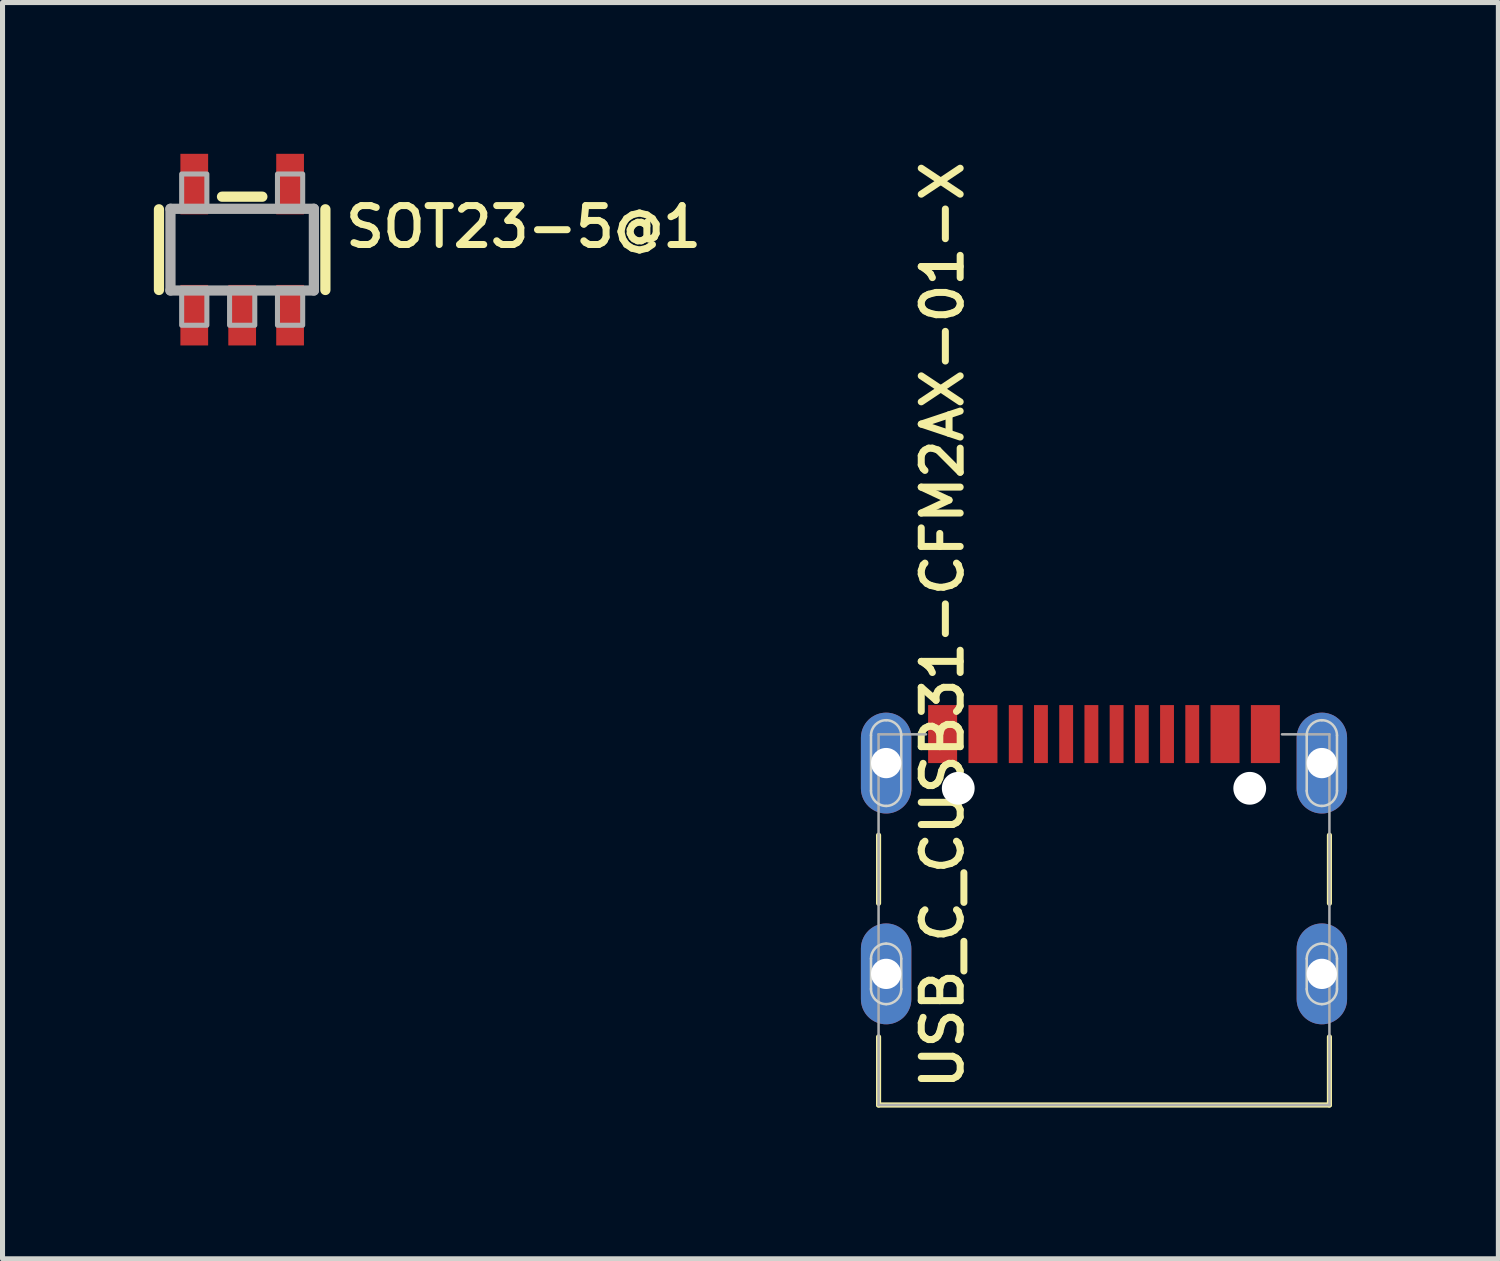
<source format=kicad_pcb>
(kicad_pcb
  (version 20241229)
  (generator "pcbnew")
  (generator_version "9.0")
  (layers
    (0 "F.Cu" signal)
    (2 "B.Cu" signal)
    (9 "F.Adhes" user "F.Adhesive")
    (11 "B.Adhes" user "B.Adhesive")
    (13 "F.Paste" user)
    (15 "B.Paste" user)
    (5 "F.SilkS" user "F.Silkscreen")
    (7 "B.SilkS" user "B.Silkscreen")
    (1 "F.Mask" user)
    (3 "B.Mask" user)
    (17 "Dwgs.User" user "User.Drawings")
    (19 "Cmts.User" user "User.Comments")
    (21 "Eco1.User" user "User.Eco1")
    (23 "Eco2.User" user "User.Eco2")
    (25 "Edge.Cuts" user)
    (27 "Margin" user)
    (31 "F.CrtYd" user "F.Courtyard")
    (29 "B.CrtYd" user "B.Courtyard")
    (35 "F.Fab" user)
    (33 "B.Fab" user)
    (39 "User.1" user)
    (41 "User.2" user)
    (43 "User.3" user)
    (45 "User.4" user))
  (footprint "SOT23-5@1"
    (layer "F.Cu")
    (at 1.752 1.9)
    (property "Reference" "SOT23-5@1" (at 1.978 0 0) (layer "F.SilkS") (effects (font (size 0.772 0.772) (thickness 0.139)) (justify left bottom)))
    (attr through_hole)
    (fp_line (start -1.65 -0.8) (end -1.65 0.8) (stroke (width 0.203) (type solid)) (layer "F.SilkS"))
    (fp_line (start -0.4 -1.05) (end 0.4 -1.05) (stroke (width 0.203) (type solid)) (layer "F.SilkS"))
    (fp_line (start 1.65 -0.8) (end 1.65 0.8) (stroke (width 0.203) (type solid)) (layer "F.SilkS"))
    (fp_line (start -1.422 -0.81) (end 1.422 -0.81) (stroke (width 0.203) (type solid)) (layer "F.Fab"))
    (fp_line (start -1.422 0.81) (end -1.422 -0.81) (stroke (width 0.203) (type solid)) (layer "F.Fab"))
    (fp_line (start 1.422 -0.81) (end 1.422 0.81) (stroke (width 0.203) (type solid)) (layer "F.Fab"))
    (fp_line (start 1.422 0.81) (end -1.422 0.81) (stroke (width 0.203) (type solid)) (layer "F.Fab"))
    (fp_poly (pts (xy -1.2 -0.85) (xy -0.7 -0.85) (xy -0.7 -1.5) (xy -1.2 -1.5)) (stroke (width 0.1) (type solid)) (fill no) (layer "F.Fab"))
    (fp_poly (pts (xy -1.2 1.5) (xy -0.7 1.5) (xy -0.7 0.85) (xy -1.2 0.85)) (stroke (width 0.1) (type solid)) (fill no) (layer "F.Fab"))
    (fp_poly (pts (xy -0.25 1.5) (xy 0.25 1.5) (xy 0.25 0.85) (xy -0.25 0.85)) (stroke (width 0.1) (type solid)) (fill no) (layer "F.Fab"))
    (fp_poly (pts (xy 0.7 -0.85) (xy 1.2 -0.85) (xy 1.2 -1.5) (xy 0.7 -1.5)) (stroke (width 0.1) (type solid)) (fill no) (layer "F.Fab"))
    (fp_poly (pts (xy 0.7 1.5) (xy 1.2 1.5) (xy 1.2 0.85) (xy 0.7 0.85)) (stroke (width 0.1) (type solid)) (fill no) (layer "F.Fab"))
    (pad "1" smd rect (at -0.95 1.3) (size 0.55 1.2) (layers "F.Cu" "F.Mask" "F.Paste"))
    (pad "2" smd rect (at 0 1.3) (size 0.55 1.2) (layers "F.Cu" "F.Mask" "F.Paste"))
    (pad "3" smd rect (at 0.95 1.3) (size 0.55 1.2) (layers "F.Cu" "F.Mask" "F.Paste"))
    (pad "4" smd rect (at 0.95 -1.3) (size 0.55 1.2) (layers "F.Cu" "F.Mask" "F.Paste"))
    (pad "5" smd rect (at -0.95 -1.3) (size 0.55 1.2) (layers "F.Cu" "F.Mask" "F.Paste")))
  (footprint "USB_C_CUSB31-CFM2AX-01-X"
    (layer "F.Cu")
    (at 18.841 15.051)
    (property "Reference" "USB_C_CUSB31-CFM2AX-01-X" (at -2.75 3.56 90) (layer "F.SilkS") (effects (font (size 0.772 0.772) (thickness 0.139)) (justify left bottom)))
    (attr through_hole)
    (fp_line (start -4.47 -0.19) (end -4.47 -1.54) (stroke (width 0.102) (type solid)) (layer "F.SilkS"))
    (fp_line (start -4.47 3.81) (end -4.47 2.46) (stroke (width 0.102) (type solid)) (layer "F.SilkS"))
    (fp_line (start 4.47 -1.54) (end 4.47 -0.19) (stroke (width 0.102) (type solid)) (layer "F.SilkS"))
    (fp_line (start 4.47 2.46) (end 4.47 3.81) (stroke (width 0.102) (type solid)) (layer "F.SilkS"))
    (fp_line (start 4.47 3.81) (end -4.47 3.81) (stroke (width 0.102) (type solid)) (layer "F.SilkS"))
    (fp_poly (pts (xy -4.826 -2.489) (xy -4.826 -3.454) (xy -4.801 -3.611) (xy -4.729 -3.753) (xy -4.617 -3.865) (xy -4.318 -3.962) (xy -4.133 -3.926) (xy -3.977 -3.821) (xy -3.835 -3.48) (xy -3.835 -2.464) (xy -3.872 -2.279) (xy -3.977 -2.123) (xy -4.318 -1.981) (xy -4.475 -2.006) (xy -4.617 -2.078) (xy -4.729 -2.191)) (stroke (width 0) (type solid)) (fill yes) (layer "F.Paste"))
    (fp_poly (pts (xy -4.813 1.689) (xy -4.813 0.724) (xy -4.788 0.567) (xy -4.716 0.425) (xy -4.604 0.313) (xy -4.305 0.216) (xy -4.121 0.253) (xy -3.964 0.357) (xy -3.823 0.699) (xy -3.823 1.714) (xy -3.859 1.899) (xy -3.964 2.056) (xy -4.305 2.197) (xy -4.462 2.172) (xy -4.604 2.1) (xy -4.716 1.988)) (stroke (width 0) (type solid)) (fill yes) (layer "F.Paste"))
    (fp_poly (pts (xy 3.823 -2.502) (xy 3.823 -3.467) (xy 3.848 -3.624) (xy 3.92 -3.766) (xy 4.032 -3.878) (xy 4.331 -3.975) (xy 4.515 -3.938) (xy 4.672 -3.834) (xy 4.813 -3.493) (xy 4.813 -2.477) (xy 4.777 -2.292) (xy 4.672 -2.135) (xy 4.331 -1.994) (xy 4.174 -2.019) (xy 4.032 -2.091) (xy 3.92 -2.203)) (stroke (width 0) (type solid)) (fill yes) (layer "F.Paste"))
    (fp_poly (pts (xy 3.823 1.689) (xy 3.823 0.724) (xy 3.848 0.567) (xy 3.92 0.425) (xy 4.032 0.313) (xy 4.331 0.216) (xy 4.515 0.253) (xy 4.672 0.357) (xy 4.813 0.699) (xy 4.813 1.714) (xy 4.777 1.899) (xy 4.672 2.056) (xy 4.331 2.197) (xy 4.174 2.172) (xy 4.032 2.1) (xy 3.92 1.988)) (stroke (width 0) (type solid)) (fill yes) (layer "F.Paste"))
    (fp_line (start -4.62 -2.42) (end -4.62 -3.52) (stroke (width 0.05) (type solid)) (layer "Edge.Cuts"))
    (fp_line (start -4.62 1.51) (end -4.62 0.91) (stroke (width 0.05) (type solid)) (layer "Edge.Cuts"))
    (fp_line (start -4.02 -3.52) (end -4.02 -2.42) (stroke (width 0.05) (type solid)) (layer "Edge.Cuts"))
    (fp_line (start -4.02 0.91) (end -4.02 1.51) (stroke (width 0.05) (type solid)) (layer "Edge.Cuts"))
    (fp_line (start 4.02 -2.42) (end 4.02 -3.52) (stroke (width 0.05) (type solid)) (layer "Edge.Cuts"))
    (fp_line (start 4.02 1.51) (end 4.02 0.91) (stroke (width 0.05) (type solid)) (layer "Edge.Cuts"))
    (fp_line (start 4.62 -3.52) (end 4.62 -2.42) (stroke (width 0.05) (type solid)) (layer "Edge.Cuts"))
    (fp_line (start 4.62 0.91) (end 4.62 1.51) (stroke (width 0.05) (type solid)) (layer "Edge.Cuts"))
    (fp_arc (start -4.62 -3.52) (mid -4.532132 -3.732132) (end -4.32 -3.82) (stroke (width 0.05) (type solid)) (layer "Edge.Cuts"))
    (fp_arc (start -4.62 0.91) (mid -4.532132 0.697868) (end -4.32 0.61) (stroke (width 0.05) (type solid)) (layer "Edge.Cuts"))
    (fp_arc (start -4.32 -3.82) (mid -4.107868 -3.732132) (end -4.02 -3.52) (stroke (width 0.05) (type solid)) (layer "Edge.Cuts"))
    (fp_arc (start -4.32 -2.12) (mid -4.532132 -2.207868) (end -4.62 -2.42) (stroke (width 0.05) (type solid)) (layer "Edge.Cuts"))
    (fp_arc (start -4.32 0.61) (mid -4.107868 0.697868) (end -4.02 0.91) (stroke (width 0.05) (type solid)) (layer "Edge.Cuts"))
    (fp_arc (start -4.32 1.81) (mid -4.532132 1.722132) (end -4.62 1.51) (stroke (width 0.05) (type solid)) (layer "Edge.Cuts"))
    (fp_arc (start -4.02 -2.42) (mid -4.107868 -2.207868) (end -4.32 -2.12) (stroke (width 0.05) (type solid)) (layer "Edge.Cuts"))
    (fp_arc (start -4.02 1.51) (mid -4.107868 1.722132) (end -4.32 1.81) (stroke (width 0.05) (type solid)) (layer "Edge.Cuts"))
    (fp_arc (start 4.02 -3.52) (mid 4.107868 -3.732132) (end 4.32 -3.82) (stroke (width 0.05) (type solid)) (layer "Edge.Cuts"))
    (fp_arc (start 4.02 0.91) (mid 4.107868 0.697868) (end 4.32 0.61) (stroke (width 0.05) (type solid)) (layer "Edge.Cuts"))
    (fp_arc (start 4.32 -3.82) (mid 4.532132 -3.732132) (end 4.62 -3.52) (stroke (width 0.05) (type solid)) (layer "Edge.Cuts"))
    (fp_arc (start 4.32 -2.12) (mid 4.107868 -2.207868) (end 4.02 -2.42) (stroke (width 0.05) (type solid)) (layer "Edge.Cuts"))
    (fp_arc (start 4.32 0.61) (mid 4.532132 0.697868) (end 4.62 0.91) (stroke (width 0.05) (type solid)) (layer "Edge.Cuts"))
    (fp_arc (start 4.32 1.81) (mid 4.107868 1.722132) (end 4.02 1.51) (stroke (width 0.05) (type solid)) (layer "Edge.Cuts"))
    (fp_arc (start 4.62 -2.42) (mid 4.532132 -2.207868) (end 4.32 -2.12) (stroke (width 0.05) (type solid)) (layer "Edge.Cuts"))
    (fp_arc (start 4.62 1.51) (mid 4.532132 1.722132) (end 4.32 1.81) (stroke (width 0.05) (type solid)) (layer "Edge.Cuts"))
    (fp_line (start -4.47 -3.54) (end -3.53 -3.54) (stroke (width 0.05) (type solid)) (layer "F.Fab"))
    (fp_line (start -4.47 3.81) (end -4.47 -3.54) (stroke (width 0.05) (type solid)) (layer "F.Fab"))
    (fp_line (start 3.53 -3.54) (end 4.47 -3.54) (stroke (width 0.05) (type solid)) (layer "F.Fab"))
    (fp_line (start 4.47 -3.54) (end 4.47 3.81) (stroke (width 0.05) (type solid)) (layer "F.Fab"))
    (fp_line (start 4.47 3.81) (end -4.47 3.81) (stroke (width 0.05) (type solid)) (layer "F.Fab"))
    (pad "" np_thru_hole circle (at -2.89 -2.47) (size 0.65 0.65) (drill 0.65) (layers "*.Cu" "*.Mask"))
    (pad "" np_thru_hole circle (at 2.89 -2.47) (size 0.65 0.65) (drill 0.65) (layers "*.Cu" "*.Mask"))
    (pad "A1B12" smd rect (at -3.2 -3.545) (size 0.575 1.15) (layers "F.Cu" "F.Mask" "F.Paste"))
    (pad "A4B9" smd rect (at -2.4 -3.545) (size 0.575 1.15) (layers "F.Cu" "F.Mask" "F.Paste"))
    (pad "A5" smd rect (at -1.25 -3.545) (size 0.275 1.15) (layers "F.Cu" "F.Mask" "F.Paste"))
    (pad "A6" smd rect (at -0.25 -3.545) (size 0.275 1.15) (layers "F.Cu" "F.Mask" "F.Paste"))
    (pad "A7" smd rect (at 0.25 -3.545) (size 0.275 1.15) (layers "F.Cu" "F.Mask" "F.Paste"))
    (pad "A8" smd rect (at 1.25 -3.545) (size 0.275 1.15) (layers "F.Cu" "F.Mask" "F.Paste"))
    (pad "B1A12" smd rect (at 3.2 -3.545) (size 0.575 1.15) (layers "F.Cu" "F.Mask" "F.Paste"))
    (pad "B4A9" smd rect (at 2.4 -3.545) (size 0.575 1.15) (layers "F.Cu" "F.Mask" "F.Paste"))
    (pad "B5" smd rect (at 1.75 -3.545) (size 0.275 1.15) (layers "F.Cu" "F.Mask" "F.Paste"))
    (pad "B6" smd rect (at 0.75 -3.545) (size 0.275 1.15) (layers "F.Cu" "F.Mask" "F.Paste"))
    (pad "B7" smd rect (at -0.75 -3.545) (size 0.275 1.15) (layers "F.Cu" "F.Mask" "F.Paste"))
    (pad "B8" smd rect (at -1.75 -3.545) (size 0.275 1.15) (layers "F.Cu" "F.Mask" "F.Paste"))
    (pad "M1" thru_hole oval (at -4.32 -2.97 90) (size 2 1) (drill 0.6) (layers "*.Cu" "*.Mask"))
    (pad "M2" thru_hole oval (at 4.32 -2.97 90) (size 2 1) (drill 0.6) (layers "*.Cu" "*.Mask"))
    (pad "M3" thru_hole oval (at -4.32 1.21 90) (size 2 1) (drill 0.6) (layers "*.Cu" "*.Mask"))
    (pad "M4" thru_hole oval (at 4.32 1.21 90) (size 2 1) (drill 0.6) (layers "*.Cu" "*.Mask")))
  (gr_rect
    (start -3 -3)
    (end 26.661 21.911)
    (stroke (width 0.1) (type default))
    (fill no)
    (layer "Edge.Cuts")))
</source>
